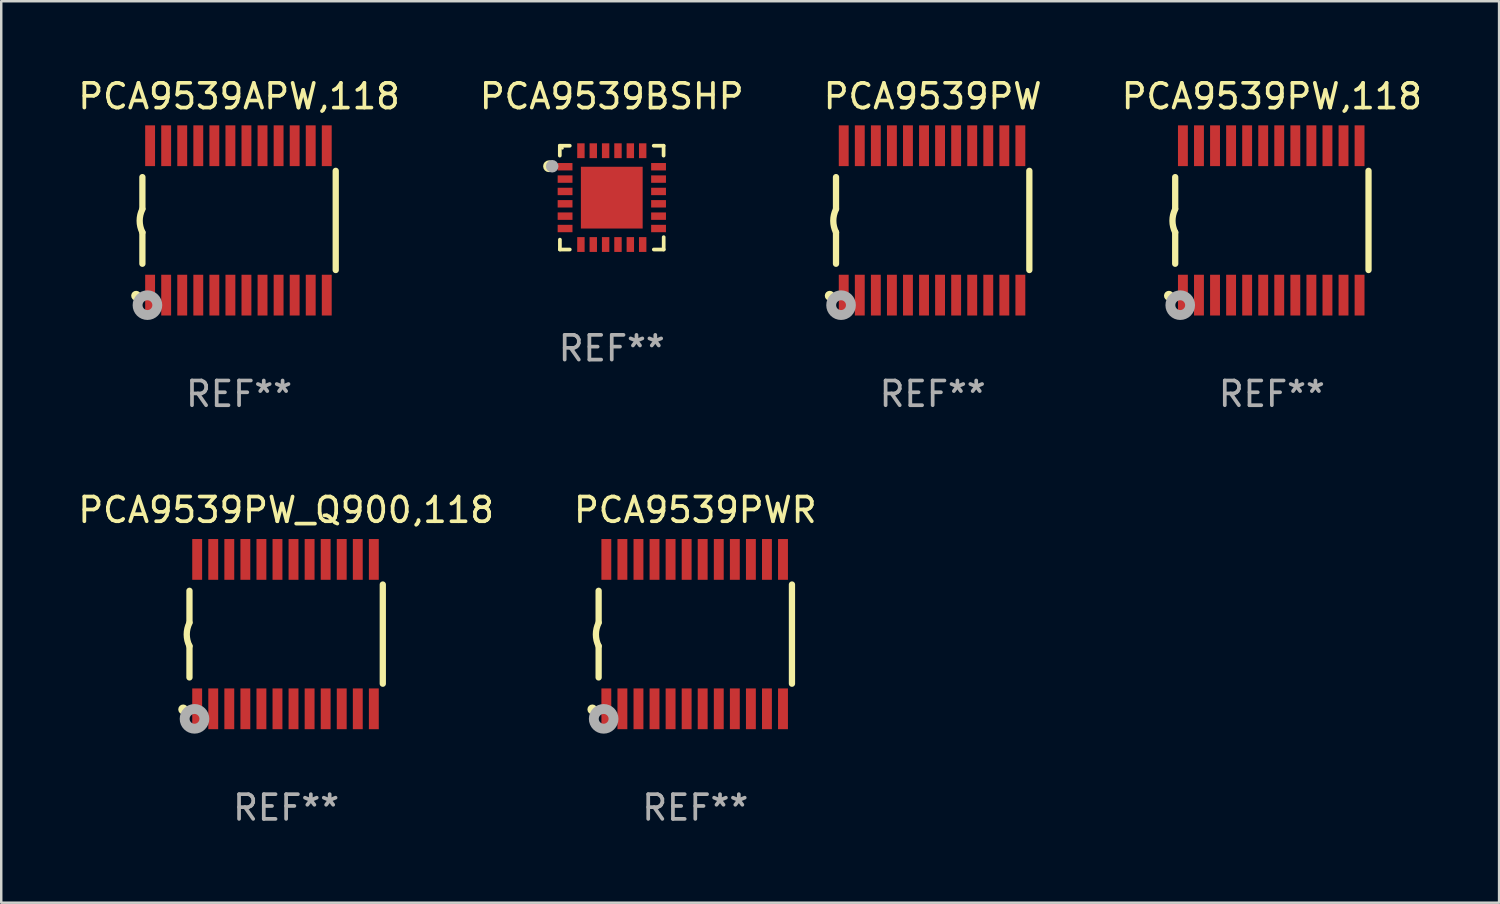
<source format=kicad_pcb>
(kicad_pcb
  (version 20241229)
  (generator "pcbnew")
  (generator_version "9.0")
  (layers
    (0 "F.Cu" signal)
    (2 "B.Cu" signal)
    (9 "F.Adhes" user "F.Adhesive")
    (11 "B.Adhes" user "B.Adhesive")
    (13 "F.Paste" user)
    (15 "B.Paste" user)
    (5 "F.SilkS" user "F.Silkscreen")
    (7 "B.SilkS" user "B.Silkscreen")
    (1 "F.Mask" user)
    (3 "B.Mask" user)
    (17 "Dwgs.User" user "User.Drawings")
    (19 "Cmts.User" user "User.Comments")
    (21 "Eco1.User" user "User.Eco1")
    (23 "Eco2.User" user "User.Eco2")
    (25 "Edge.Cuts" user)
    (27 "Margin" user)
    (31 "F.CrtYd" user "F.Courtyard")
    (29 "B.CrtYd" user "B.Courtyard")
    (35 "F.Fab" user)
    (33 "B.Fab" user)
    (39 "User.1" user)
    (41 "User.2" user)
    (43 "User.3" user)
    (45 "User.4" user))
  (footprint "PCA9539PW_Q900,118"
    (layer "F.Cu")
    (at 8.53 22.613)
    (property "Reference" "PCA9539PW_Q900,118" (at 0 -5.023 0) (layer "F.SilkS") (effects (font (size 1 1) (thickness 0.15))))
    (attr through_hole)
    (fp_line (start -3.912 -0.483) (end -3.912 -1.753) (stroke (width 0.254) (type solid)) (layer "F.SilkS"))
    (fp_line (start -3.912 1.753) (end -3.912 0.483) (stroke (width 0.254) (type solid)) (layer "F.SilkS"))
    (fp_line (start 3.912 -2.007) (end 3.912 2.007) (stroke (width 0.254) (type solid)) (layer "F.SilkS"))
    (fp_arc (start -3.911608 0.482601) (mid -4.022537 0.0127) (end -3.911608 -0.457201) (stroke (width 0.254001) (type solid)) (layer "F.SilkS"))
    (fp_circle (center -4.166 3.048) (end -4.066 3.048) (stroke (width 0.2) (type solid)) (fill no) (layer "F.SilkS"))
    (fp_circle (center -3.925 3.186) (end -3.895 3.186) (stroke (width 0.06) (type solid)) (fill no) (layer "F.SilkS"))
    (fp_circle (center -3.708 3.429) (end -3.509 3.429) (stroke (width 0.4) (type solid)) (fill no) (layer "F.Fab"))
    (fp_text user "REF**" (at 0 7.023 0) (layer "F.Fab") (effects (font (size 1 1) (thickness 0.15))))
    (pad "1" smd rect (at -3.6 3.023) (size 0.4 1.65) (layers "F.Cu" "F.Mask" "F.Paste"))
    (pad "2" smd rect (at -2.95 3.023) (size 0.4 1.65) (layers "F.Cu" "F.Mask" "F.Paste"))
    (pad "3" smd rect (at -2.3 3.023) (size 0.4 1.65) (layers "F.Cu" "F.Mask" "F.Paste"))
    (pad "4" smd rect (at -1.65 3.023) (size 0.4 1.65) (layers "F.Cu" "F.Mask" "F.Paste"))
    (pad "5" smd rect (at -1 3.023) (size 0.4 1.65) (layers "F.Cu" "F.Mask" "F.Paste"))
    (pad "6" smd rect (at -0.35 3.023) (size 0.4 1.65) (layers "F.Cu" "F.Mask" "F.Paste"))
    (pad "7" smd rect (at 0.299 3.023) (size 0.4 1.65) (layers "F.Cu" "F.Mask" "F.Paste"))
    (pad "8" smd rect (at 0.95 3.023) (size 0.4 1.65) (layers "F.Cu" "F.Mask" "F.Paste"))
    (pad "9" smd rect (at 1.6 3.023) (size 0.4 1.65) (layers "F.Cu" "F.Mask" "F.Paste"))
    (pad "10" smd rect (at 2.25 3.023) (size 0.4 1.65) (layers "F.Cu" "F.Mask" "F.Paste"))
    (pad "11" smd rect (at 2.9 3.023) (size 0.4 1.65) (layers "F.Cu" "F.Mask" "F.Paste"))
    (pad "12" smd rect (at 3.549 3.023) (size 0.4 1.65) (layers "F.Cu" "F.Mask" "F.Paste"))
    (pad "13" smd rect (at 3.549 -3.023) (size 0.4 1.65) (layers "F.Cu" "F.Mask" "F.Paste"))
    (pad "14" smd rect (at 2.9 -3.023) (size 0.4 1.65) (layers "F.Cu" "F.Mask" "F.Paste"))
    (pad "15" smd rect (at 2.25 -3.023) (size 0.4 1.65) (layers "F.Cu" "F.Mask" "F.Paste"))
    (pad "16" smd rect (at 1.6 -3.023) (size 0.4 1.65) (layers "F.Cu" "F.Mask" "F.Paste"))
    (pad "17" smd rect (at 0.95 -3.023) (size 0.4 1.65) (layers "F.Cu" "F.Mask" "F.Paste"))
    (pad "18" smd rect (at 0.299 -3.023) (size 0.4 1.65) (layers "F.Cu" "F.Mask" "F.Paste"))
    (pad "19" smd rect (at -0.35 -3.023) (size 0.4 1.65) (layers "F.Cu" "F.Mask" "F.Paste"))
    (pad "20" smd rect (at -1 -3.023) (size 0.4 1.65) (layers "F.Cu" "F.Mask" "F.Paste"))
    (pad "21" smd rect (at -1.65 -3.023) (size 0.4 1.65) (layers "F.Cu" "F.Mask" "F.Paste"))
    (pad "22" smd rect (at -2.3 -3.023) (size 0.4 1.65) (layers "F.Cu" "F.Mask" "F.Paste"))
    (pad "23" smd rect (at -2.95 -3.023) (size 0.4 1.65) (layers "F.Cu" "F.Mask" "F.Paste"))
    (pad "24" smd rect (at -3.6 -3.023) (size 0.4 1.65) (layers "F.Cu" "F.Mask" "F.Paste")))
  (footprint "PCA9539APW,118"
    (layer "F.Cu")
    (at 6.625 5.871)
    (property "Reference" "PCA9539APW,118" (at 0 -5.023 0) (layer "F.SilkS") (effects (font (size 1 1) (thickness 0.15))))
    (attr through_hole)
    (fp_line (start -3.912 -0.483) (end -3.912 -1.753) (stroke (width 0.254) (type solid)) (layer "F.SilkS"))
    (fp_line (start -3.912 1.753) (end -3.912 0.483) (stroke (width 0.254) (type solid)) (layer "F.SilkS"))
    (fp_line (start 3.912 -2.007) (end 3.912 2.007) (stroke (width 0.254) (type solid)) (layer "F.SilkS"))
    (fp_arc (start -3.911608 0.482601) (mid -4.022537 0.0127) (end -3.911608 -0.457201) (stroke (width 0.254001) (type solid)) (layer "F.SilkS"))
    (fp_circle (center -4.166 3.048) (end -4.066 3.048) (stroke (width 0.2) (type solid)) (fill no) (layer "F.SilkS"))
    (fp_circle (center -3.925 3.186) (end -3.895 3.186) (stroke (width 0.06) (type solid)) (fill no) (layer "F.SilkS"))
    (fp_circle (center -3.708 3.429) (end -3.509 3.429) (stroke (width 0.4) (type solid)) (fill no) (layer "F.Fab"))
    (fp_text user "REF**" (at 0 7.023 0) (layer "F.Fab") (effects (font (size 1 1) (thickness 0.15))))
    (pad "1" smd rect (at -3.6 3.023) (size 0.4 1.65) (layers "F.Cu" "F.Mask" "F.Paste"))
    (pad "2" smd rect (at -2.95 3.023) (size 0.4 1.65) (layers "F.Cu" "F.Mask" "F.Paste"))
    (pad "3" smd rect (at -2.3 3.023) (size 0.4 1.65) (layers "F.Cu" "F.Mask" "F.Paste"))
    (pad "4" smd rect (at -1.65 3.023) (size 0.4 1.65) (layers "F.Cu" "F.Mask" "F.Paste"))
    (pad "5" smd rect (at -1 3.023) (size 0.4 1.65) (layers "F.Cu" "F.Mask" "F.Paste"))
    (pad "6" smd rect (at -0.35 3.023) (size 0.4 1.65) (layers "F.Cu" "F.Mask" "F.Paste"))
    (pad "7" smd rect (at 0.299 3.023) (size 0.4 1.65) (layers "F.Cu" "F.Mask" "F.Paste"))
    (pad "8" smd rect (at 0.95 3.023) (size 0.4 1.65) (layers "F.Cu" "F.Mask" "F.Paste"))
    (pad "9" smd rect (at 1.6 3.023) (size 0.4 1.65) (layers "F.Cu" "F.Mask" "F.Paste"))
    (pad "10" smd rect (at 2.25 3.023) (size 0.4 1.65) (layers "F.Cu" "F.Mask" "F.Paste"))
    (pad "11" smd rect (at 2.9 3.023) (size 0.4 1.65) (layers "F.Cu" "F.Mask" "F.Paste"))
    (pad "12" smd rect (at 3.549 3.023) (size 0.4 1.65) (layers "F.Cu" "F.Mask" "F.Paste"))
    (pad "13" smd rect (at 3.549 -3.023) (size 0.4 1.65) (layers "F.Cu" "F.Mask" "F.Paste"))
    (pad "14" smd rect (at 2.9 -3.023) (size 0.4 1.65) (layers "F.Cu" "F.Mask" "F.Paste"))
    (pad "15" smd rect (at 2.25 -3.023) (size 0.4 1.65) (layers "F.Cu" "F.Mask" "F.Paste"))
    (pad "16" smd rect (at 1.6 -3.023) (size 0.4 1.65) (layers "F.Cu" "F.Mask" "F.Paste"))
    (pad "17" smd rect (at 0.95 -3.023) (size 0.4 1.65) (layers "F.Cu" "F.Mask" "F.Paste"))
    (pad "18" smd rect (at 0.299 -3.023) (size 0.4 1.65) (layers "F.Cu" "F.Mask" "F.Paste"))
    (pad "19" smd rect (at -0.35 -3.023) (size 0.4 1.65) (layers "F.Cu" "F.Mask" "F.Paste"))
    (pad "20" smd rect (at -1 -3.023) (size 0.4 1.65) (layers "F.Cu" "F.Mask" "F.Paste"))
    (pad "21" smd rect (at -1.65 -3.023) (size 0.4 1.65) (layers "F.Cu" "F.Mask" "F.Paste"))
    (pad "22" smd rect (at -2.3 -3.023) (size 0.4 1.65) (layers "F.Cu" "F.Mask" "F.Paste"))
    (pad "23" smd rect (at -2.95 -3.023) (size 0.4 1.65) (layers "F.Cu" "F.Mask" "F.Paste"))
    (pad "24" smd rect (at -3.6 -3.023) (size 0.4 1.65) (layers "F.Cu" "F.Mask" "F.Paste")))
  (footprint "PCA9539PW,118"
    (layer "F.Cu")
    (at 48.423 5.871)
    (property "Reference" "PCA9539PW,118" (at 0 -5.023 0) (layer "F.SilkS") (effects (font (size 1 1) (thickness 0.15))))
    (attr through_hole)
    (fp_line (start -3.912 -0.483) (end -3.912 -1.753) (stroke (width 0.254) (type solid)) (layer "F.SilkS"))
    (fp_line (start -3.912 1.753) (end -3.912 0.483) (stroke (width 0.254) (type solid)) (layer "F.SilkS"))
    (fp_line (start 3.912 -2.007) (end 3.912 2.007) (stroke (width 0.254) (type solid)) (layer "F.SilkS"))
    (fp_arc (start -3.911608 0.482601) (mid -4.022537 0.0127) (end -3.911608 -0.457201) (stroke (width 0.254001) (type solid)) (layer "F.SilkS"))
    (fp_circle (center -4.166 3.048) (end -4.066 3.048) (stroke (width 0.2) (type solid)) (fill no) (layer "F.SilkS"))
    (fp_circle (center -3.925 3.186) (end -3.895 3.186) (stroke (width 0.06) (type solid)) (fill no) (layer "F.SilkS"))
    (fp_circle (center -3.708 3.429) (end -3.509 3.429) (stroke (width 0.4) (type solid)) (fill no) (layer "F.Fab"))
    (fp_text user "REF**" (at 0 7.023 0) (layer "F.Fab") (effects (font (size 1 1) (thickness 0.15))))
    (pad "1" smd rect (at -3.6 3.023) (size 0.4 1.65) (layers "F.Cu" "F.Mask" "F.Paste"))
    (pad "2" smd rect (at -2.95 3.023) (size 0.4 1.65) (layers "F.Cu" "F.Mask" "F.Paste"))
    (pad "3" smd rect (at -2.3 3.023) (size 0.4 1.65) (layers "F.Cu" "F.Mask" "F.Paste"))
    (pad "4" smd rect (at -1.65 3.023) (size 0.4 1.65) (layers "F.Cu" "F.Mask" "F.Paste"))
    (pad "5" smd rect (at -1 3.023) (size 0.4 1.65) (layers "F.Cu" "F.Mask" "F.Paste"))
    (pad "6" smd rect (at -0.35 3.023) (size 0.4 1.65) (layers "F.Cu" "F.Mask" "F.Paste"))
    (pad "7" smd rect (at 0.299 3.023) (size 0.4 1.65) (layers "F.Cu" "F.Mask" "F.Paste"))
    (pad "8" smd rect (at 0.95 3.023) (size 0.4 1.65) (layers "F.Cu" "F.Mask" "F.Paste"))
    (pad "9" smd rect (at 1.6 3.023) (size 0.4 1.65) (layers "F.Cu" "F.Mask" "F.Paste"))
    (pad "10" smd rect (at 2.25 3.023) (size 0.4 1.65) (layers "F.Cu" "F.Mask" "F.Paste"))
    (pad "11" smd rect (at 2.9 3.023) (size 0.4 1.65) (layers "F.Cu" "F.Mask" "F.Paste"))
    (pad "12" smd rect (at 3.549 3.023) (size 0.4 1.65) (layers "F.Cu" "F.Mask" "F.Paste"))
    (pad "13" smd rect (at 3.549 -3.023) (size 0.4 1.65) (layers "F.Cu" "F.Mask" "F.Paste"))
    (pad "14" smd rect (at 2.9 -3.023) (size 0.4 1.65) (layers "F.Cu" "F.Mask" "F.Paste"))
    (pad "15" smd rect (at 2.25 -3.023) (size 0.4 1.65) (layers "F.Cu" "F.Mask" "F.Paste"))
    (pad "16" smd rect (at 1.6 -3.023) (size 0.4 1.65) (layers "F.Cu" "F.Mask" "F.Paste"))
    (pad "17" smd rect (at 0.95 -3.023) (size 0.4 1.65) (layers "F.Cu" "F.Mask" "F.Paste"))
    (pad "18" smd rect (at 0.299 -3.023) (size 0.4 1.65) (layers "F.Cu" "F.Mask" "F.Paste"))
    (pad "19" smd rect (at -0.35 -3.023) (size 0.4 1.65) (layers "F.Cu" "F.Mask" "F.Paste"))
    (pad "20" smd rect (at -1 -3.023) (size 0.4 1.65) (layers "F.Cu" "F.Mask" "F.Paste"))
    (pad "21" smd rect (at -1.65 -3.023) (size 0.4 1.65) (layers "F.Cu" "F.Mask" "F.Paste"))
    (pad "22" smd rect (at -2.3 -3.023) (size 0.4 1.65) (layers "F.Cu" "F.Mask" "F.Paste"))
    (pad "23" smd rect (at -2.95 -3.023) (size 0.4 1.65) (layers "F.Cu" "F.Mask" "F.Paste"))
    (pad "24" smd rect (at -3.6 -3.023) (size 0.4 1.65) (layers "F.Cu" "F.Mask" "F.Paste")))
  (footprint "PCA9539BSHP"
    (layer "F.Cu")
    (at 21.708 4.948)
    (property "Reference" "PCA9539BSHP" (at 0 -4.1 0) (layer "F.SilkS") (effects (font (size 1 1) (thickness 0.15))))
    (attr through_hole)
    (fp_line (start -2.102 -2.1) (end -1.698 -2.1) (stroke (width 0.15) (type solid)) (layer "F.SilkS"))
    (fp_line (start -2.102 -1.7) (end -2.102 -2.1) (stroke (width 0.15) (type solid)) (layer "F.SilkS"))
    (fp_line (start -2.098 1.7) (end -2.098 2.1) (stroke (width 0.15) (type solid)) (layer "F.SilkS"))
    (fp_line (start -2.098 2.1) (end -1.698 2.1) (stroke (width 0.15) (type solid)) (layer "F.SilkS"))
    (fp_line (start 1.698 -2.1) (end 2.098 -2.1) (stroke (width 0.15) (type solid)) (layer "F.SilkS"))
    (fp_line (start 2.098 -2.1) (end 2.098 -1.7) (stroke (width 0.15) (type solid)) (layer "F.SilkS"))
    (fp_line (start 2.102 1.6) (end 2.102 2.1) (stroke (width 0.15) (type solid)) (layer "F.SilkS"))
    (fp_line (start 2.102 2.1) (end 1.702 2.1) (stroke (width 0.15) (type solid)) (layer "F.SilkS"))
    (fp_circle (center -2.538 -1.27) (end -2.418 -1.27) (stroke (width 0.24) (type solid)) (fill no) (layer "F.SilkS"))
    (fp_circle (center -1.998 -2) (end -1.968 -2) (stroke (width 0.06) (type solid)) (fill no) (layer "F.SilkS"))
    (fp_circle (center -2.411 -1.27) (end -2.284 -1.27) (stroke (width 0.254) (type solid)) (fill no) (layer "F.Fab"))
    (fp_text user "REF**" (at 0 6.1 0) (layer "F.Fab") (effects (font (size 1 1) (thickness 0.15))))
    (pad "1" smd rect (at -1.89 -1.25 90) (size 0.3 0.6) (layers "F.Cu" "F.Mask" "F.Paste"))
    (pad "2" smd rect (at -1.889 -0.75 90) (size 0.3 0.6) (layers "F.Cu" "F.Mask" "F.Paste"))
    (pad "3" smd rect (at -1.889 -0.25 90) (size 0.3 0.6) (layers "F.Cu" "F.Mask" "F.Paste"))
    (pad "4" smd rect (at -1.889 0.25 90) (size 0.3 0.6) (layers "F.Cu" "F.Mask" "F.Paste"))
    (pad "5" smd rect (at -1.889 0.75 90) (size 0.3 0.6) (layers "F.Cu" "F.Mask" "F.Paste"))
    (pad "6" smd rect (at -1.889 1.25 90) (size 0.3 0.6) (layers "F.Cu" "F.Mask" "F.Paste"))
    (pad "7" smd rect (at -1.248 1.898 180) (size 0.3 0.6) (layers "F.Cu" "F.Mask" "F.Paste"))
    (pad "8" smd rect (at -0.748 1.898 180) (size 0.3 0.6) (layers "F.Cu" "F.Mask" "F.Paste"))
    (pad "9" smd rect (at -0.248 1.898 180) (size 0.3 0.6) (layers "F.Cu" "F.Mask" "F.Paste"))
    (pad "10" smd rect (at 0.252 1.898 180) (size 0.3 0.6) (layers "F.Cu" "F.Mask" "F.Paste"))
    (pad "11" smd rect (at 0.752 1.898 180) (size 0.3 0.6) (layers "F.Cu" "F.Mask" "F.Paste"))
    (pad "12" smd rect (at 1.252 1.898 180) (size 0.3 0.6) (layers "F.Cu" "F.Mask" "F.Paste"))
    (pad "13" smd rect (at 1.894 1.25 270) (size 0.3 0.6) (layers "F.Cu" "F.Mask" "F.Paste"))
    (pad "14" smd rect (at 1.894 0.75 270) (size 0.3 0.6) (layers "F.Cu" "F.Mask" "F.Paste"))
    (pad "15" smd rect (at 1.894 0.25 270) (size 0.3 0.6) (layers "F.Cu" "F.Mask" "F.Paste"))
    (pad "16" smd rect (at 1.894 -0.25 270) (size 0.3 0.6) (layers "F.Cu" "F.Mask" "F.Paste"))
    (pad "17" smd rect (at 1.894 -0.75 270) (size 0.3 0.6) (layers "F.Cu" "F.Mask" "F.Paste"))
    (pad "18" smd rect (at 1.894 -1.25 270) (size 0.3 0.6) (layers "F.Cu" "F.Mask" "F.Paste"))
    (pad "19" smd rect (at 1.252 -1.898) (size 0.3 0.6) (layers "F.Cu" "F.Mask" "F.Paste"))
    (pad "20" smd rect (at 0.752 -1.898) (size 0.3 0.6) (layers "F.Cu" "F.Mask" "F.Paste"))
    (pad "21" smd rect (at 0.252 -1.898) (size 0.3 0.6) (layers "F.Cu" "F.Mask" "F.Paste"))
    (pad "22" smd rect (at -0.248 -1.898) (size 0.3 0.6) (layers "F.Cu" "F.Mask" "F.Paste"))
    (pad "23" smd rect (at -0.748 -1.898) (size 0.3 0.6) (layers "F.Cu" "F.Mask" "F.Paste"))
    (pad "24" smd rect (at -1.248 -1.898) (size 0.3 0.6) (layers "F.Cu" "F.Mask" "F.Paste"))
    (pad "25" smd rect (at 0.001 0.001) (size 2.5 2.5) (layers "F.Cu" "F.Mask" "F.Paste")))
  (footprint "PCA9539PWR"
    (layer "F.Cu")
    (at 25.089 22.613)
    (property "Reference" "PCA9539PWR" (at 0 -5.023 0) (layer "F.SilkS") (effects (font (size 1 1) (thickness 0.15))))
    (attr through_hole)
    (fp_line (start -3.912 -0.483) (end -3.912 -1.753) (stroke (width 0.254) (type solid)) (layer "F.SilkS"))
    (fp_line (start -3.912 1.753) (end -3.912 0.483) (stroke (width 0.254) (type solid)) (layer "F.SilkS"))
    (fp_line (start 3.912 -2.007) (end 3.912 2.007) (stroke (width 0.254) (type solid)) (layer "F.SilkS"))
    (fp_arc (start -3.911608 0.482601) (mid -4.022537 0.0127) (end -3.911608 -0.457201) (stroke (width 0.254001) (type solid)) (layer "F.SilkS"))
    (fp_circle (center -4.166 3.048) (end -4.066 3.048) (stroke (width 0.2) (type solid)) (fill no) (layer "F.SilkS"))
    (fp_circle (center -3.925 3.186) (end -3.895 3.186) (stroke (width 0.06) (type solid)) (fill no) (layer "F.SilkS"))
    (fp_circle (center -3.708 3.429) (end -3.509 3.429) (stroke (width 0.4) (type solid)) (fill no) (layer "F.Fab"))
    (fp_text user "REF**" (at 0 7.023 0) (layer "F.Fab") (effects (font (size 1 1) (thickness 0.15))))
    (pad "1" smd rect (at -3.6 3.023) (size 0.4 1.65) (layers "F.Cu" "F.Mask" "F.Paste"))
    (pad "2" smd rect (at -2.95 3.023) (size 0.4 1.65) (layers "F.Cu" "F.Mask" "F.Paste"))
    (pad "3" smd rect (at -2.3 3.023) (size 0.4 1.65) (layers "F.Cu" "F.Mask" "F.Paste"))
    (pad "4" smd rect (at -1.65 3.023) (size 0.4 1.65) (layers "F.Cu" "F.Mask" "F.Paste"))
    (pad "5" smd rect (at -1 3.023) (size 0.4 1.65) (layers "F.Cu" "F.Mask" "F.Paste"))
    (pad "6" smd rect (at -0.35 3.023) (size 0.4 1.65) (layers "F.Cu" "F.Mask" "F.Paste"))
    (pad "7" smd rect (at 0.299 3.023) (size 0.4 1.65) (layers "F.Cu" "F.Mask" "F.Paste"))
    (pad "8" smd rect (at 0.95 3.023) (size 0.4 1.65) (layers "F.Cu" "F.Mask" "F.Paste"))
    (pad "9" smd rect (at 1.6 3.023) (size 0.4 1.65) (layers "F.Cu" "F.Mask" "F.Paste"))
    (pad "10" smd rect (at 2.25 3.023) (size 0.4 1.65) (layers "F.Cu" "F.Mask" "F.Paste"))
    (pad "11" smd rect (at 2.9 3.023) (size 0.4 1.65) (layers "F.Cu" "F.Mask" "F.Paste"))
    (pad "12" smd rect (at 3.549 3.023) (size 0.4 1.65) (layers "F.Cu" "F.Mask" "F.Paste"))
    (pad "13" smd rect (at 3.549 -3.023) (size 0.4 1.65) (layers "F.Cu" "F.Mask" "F.Paste"))
    (pad "14" smd rect (at 2.9 -3.023) (size 0.4 1.65) (layers "F.Cu" "F.Mask" "F.Paste"))
    (pad "15" smd rect (at 2.25 -3.023) (size 0.4 1.65) (layers "F.Cu" "F.Mask" "F.Paste"))
    (pad "16" smd rect (at 1.6 -3.023) (size 0.4 1.65) (layers "F.Cu" "F.Mask" "F.Paste"))
    (pad "17" smd rect (at 0.95 -3.023) (size 0.4 1.65) (layers "F.Cu" "F.Mask" "F.Paste"))
    (pad "18" smd rect (at 0.299 -3.023) (size 0.4 1.65) (layers "F.Cu" "F.Mask" "F.Paste"))
    (pad "19" smd rect (at -0.35 -3.023) (size 0.4 1.65) (layers "F.Cu" "F.Mask" "F.Paste"))
    (pad "20" smd rect (at -1 -3.023) (size 0.4 1.65) (layers "F.Cu" "F.Mask" "F.Paste"))
    (pad "21" smd rect (at -1.65 -3.023) (size 0.4 1.65) (layers "F.Cu" "F.Mask" "F.Paste"))
    (pad "22" smd rect (at -2.3 -3.023) (size 0.4 1.65) (layers "F.Cu" "F.Mask" "F.Paste"))
    (pad "23" smd rect (at -2.95 -3.023) (size 0.4 1.65) (layers "F.Cu" "F.Mask" "F.Paste"))
    (pad "24" smd rect (at -3.6 -3.023) (size 0.4 1.65) (layers "F.Cu" "F.Mask" "F.Paste")))
  (footprint "PCA9539PW"
    (layer "F.Cu")
    (at 34.696 5.871)
    (property "Reference" "PCA9539PW" (at 0 -5.023 0) (layer "F.SilkS") (effects (font (size 1 1) (thickness 0.15))))
    (attr through_hole)
    (fp_line (start -3.912 -0.483) (end -3.912 -1.753) (stroke (width 0.254) (type solid)) (layer "F.SilkS"))
    (fp_line (start -3.912 1.753) (end -3.912 0.483) (stroke (width 0.254) (type solid)) (layer "F.SilkS"))
    (fp_line (start 3.912 -2.007) (end 3.912 2.007) (stroke (width 0.254) (type solid)) (layer "F.SilkS"))
    (fp_arc (start -3.911608 0.482601) (mid -4.022537 0.0127) (end -3.911608 -0.457201) (stroke (width 0.254001) (type solid)) (layer "F.SilkS"))
    (fp_circle (center -4.166 3.048) (end -4.066 3.048) (stroke (width 0.2) (type solid)) (fill no) (layer "F.SilkS"))
    (fp_circle (center -3.925 3.186) (end -3.895 3.186) (stroke (width 0.06) (type solid)) (fill no) (layer "F.SilkS"))
    (fp_circle (center -3.708 3.429) (end -3.509 3.429) (stroke (width 0.4) (type solid)) (fill no) (layer "F.Fab"))
    (fp_text user "REF**" (at 0 7.023 0) (layer "F.Fab") (effects (font (size 1 1) (thickness 0.15))))
    (pad "1" smd rect (at -3.6 3.023) (size 0.4 1.65) (layers "F.Cu" "F.Mask" "F.Paste"))
    (pad "2" smd rect (at -2.95 3.023) (size 0.4 1.65) (layers "F.Cu" "F.Mask" "F.Paste"))
    (pad "3" smd rect (at -2.3 3.023) (size 0.4 1.65) (layers "F.Cu" "F.Mask" "F.Paste"))
    (pad "4" smd rect (at -1.65 3.023) (size 0.4 1.65) (layers "F.Cu" "F.Mask" "F.Paste"))
    (pad "5" smd rect (at -1 3.023) (size 0.4 1.65) (layers "F.Cu" "F.Mask" "F.Paste"))
    (pad "6" smd rect (at -0.35 3.023) (size 0.4 1.65) (layers "F.Cu" "F.Mask" "F.Paste"))
    (pad "7" smd rect (at 0.299 3.023) (size 0.4 1.65) (layers "F.Cu" "F.Mask" "F.Paste"))
    (pad "8" smd rect (at 0.95 3.023) (size 0.4 1.65) (layers "F.Cu" "F.Mask" "F.Paste"))
    (pad "9" smd rect (at 1.6 3.023) (size 0.4 1.65) (layers "F.Cu" "F.Mask" "F.Paste"))
    (pad "10" smd rect (at 2.25 3.023) (size 0.4 1.65) (layers "F.Cu" "F.Mask" "F.Paste"))
    (pad "11" smd rect (at 2.9 3.023) (size 0.4 1.65) (layers "F.Cu" "F.Mask" "F.Paste"))
    (pad "12" smd rect (at 3.549 3.023) (size 0.4 1.65) (layers "F.Cu" "F.Mask" "F.Paste"))
    (pad "13" smd rect (at 3.549 -3.023) (size 0.4 1.65) (layers "F.Cu" "F.Mask" "F.Paste"))
    (pad "14" smd rect (at 2.9 -3.023) (size 0.4 1.65) (layers "F.Cu" "F.Mask" "F.Paste"))
    (pad "15" smd rect (at 2.25 -3.023) (size 0.4 1.65) (layers "F.Cu" "F.Mask" "F.Paste"))
    (pad "16" smd rect (at 1.6 -3.023) (size 0.4 1.65) (layers "F.Cu" "F.Mask" "F.Paste"))
    (pad "17" smd rect (at 0.95 -3.023) (size 0.4 1.65) (layers "F.Cu" "F.Mask" "F.Paste"))
    (pad "18" smd rect (at 0.299 -3.023) (size 0.4 1.65) (layers "F.Cu" "F.Mask" "F.Paste"))
    (pad "19" smd rect (at -0.35 -3.023) (size 0.4 1.65) (layers "F.Cu" "F.Mask" "F.Paste"))
    (pad "20" smd rect (at -1 -3.023) (size 0.4 1.65) (layers "F.Cu" "F.Mask" "F.Paste"))
    (pad "21" smd rect (at -1.65 -3.023) (size 0.4 1.65) (layers "F.Cu" "F.Mask" "F.Paste"))
    (pad "22" smd rect (at -2.3 -3.023) (size 0.4 1.65) (layers "F.Cu" "F.Mask" "F.Paste"))
    (pad "23" smd rect (at -2.95 -3.023) (size 0.4 1.65) (layers "F.Cu" "F.Mask" "F.Paste"))
    (pad "24" smd rect (at -3.6 -3.023) (size 0.4 1.65) (layers "F.Cu" "F.Mask" "F.Paste")))
  (gr_rect
    (start -3 -3)
    (end 57.619 33.483)
    (stroke (width 0.1) (type default))
    (fill no)
    (layer "Edge.Cuts")))
</source>
